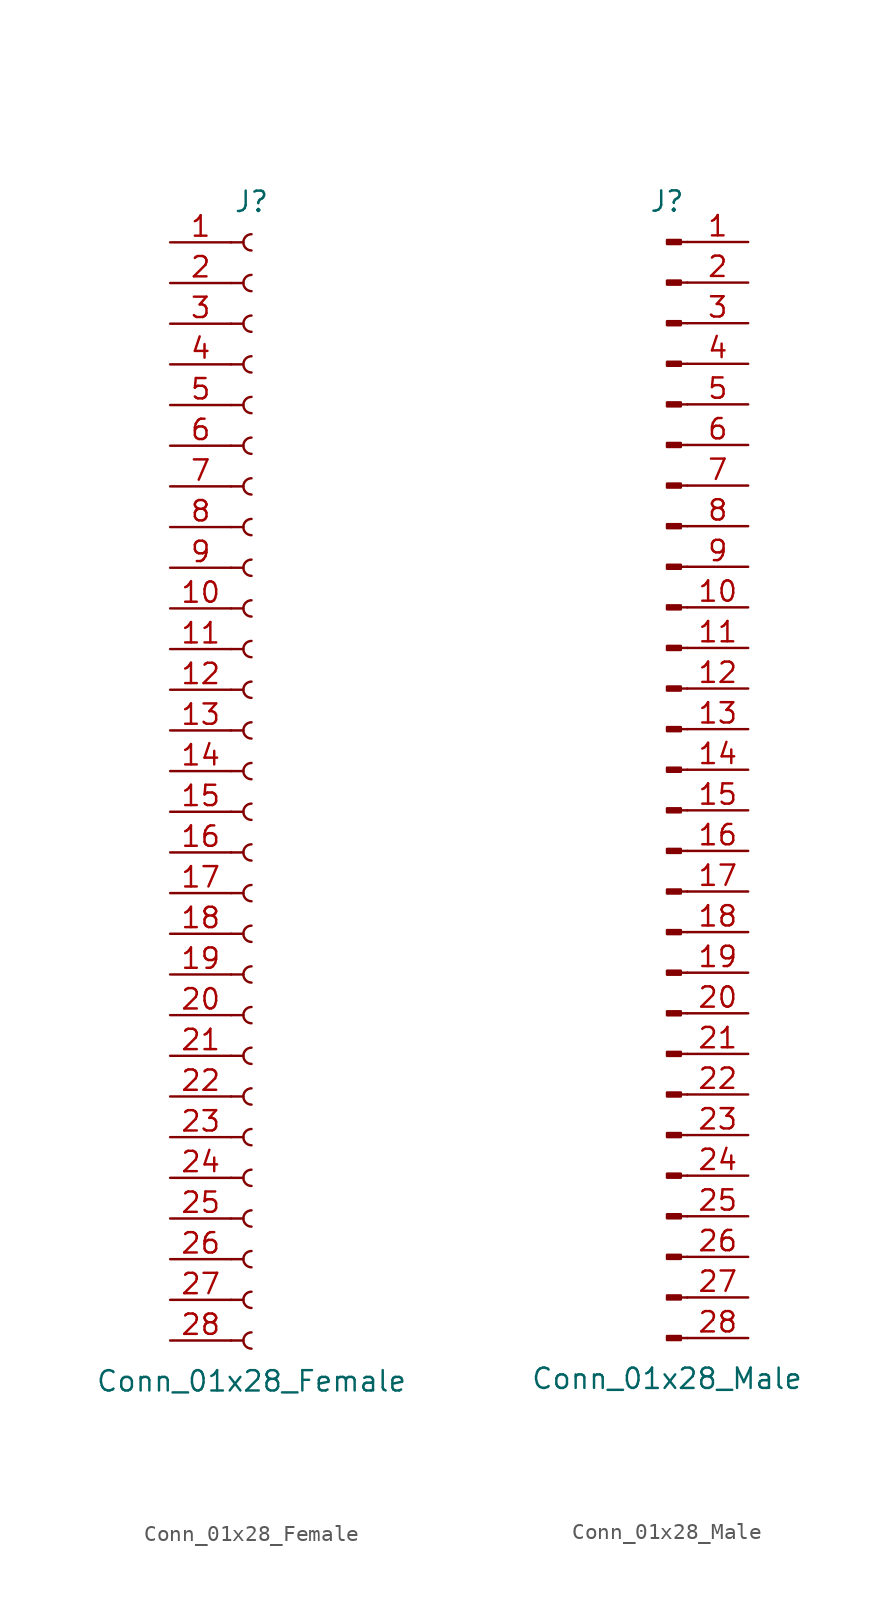
<source format=kicad_sym>
(kicad_symbol_lib
  (version 20201005)
  (generator kicad_symbol_editor)
  (symbol "Connector:Conn_01x28_Female"
    (pin_names
      (offset 1.016) hide)
    (property "Reference" "J"
      (at 0 35.56 0)
      (effects (font (size 1.27 1.27))))
    (property "Value" "Conn_01x28_Female"
      (at 0 -38.1 0)
      (effects (font (size 1.27 1.27))))
    (symbol "Conn_01x28_Female_1_1"
      (arc (start 0 -35.052) (end 0 -36.068) (radius (at 0 -35.56) (length 0.508) (angles 90.1 -90.1)) (stroke (width 0.1524)) (fill (type none)))
      (arc (start 0 -32.512) (end 0 -33.528) (radius (at 0 -33.02) (length 0.508) (angles 90.1 -90.1)) (stroke (width 0.1524)) (fill (type none)))
      (arc (start 0 -29.972) (end 0 -30.988) (radius (at 0 -30.48) (length 0.508) (angles 90.1 -90.1)) (stroke (width 0.1524)) (fill (type none)))
      (arc (start 0 -27.432) (end 0 -28.448) (radius (at 0 -27.94) (length 0.508) (angles 90.1 -90.1)) (stroke (width 0.1524)) (fill (type none)))
      (arc (start 0 -24.892) (end 0 -25.908) (radius (at 0 -25.4) (length 0.508) (angles 90.1 -90.1)) (stroke (width 0.1524)) (fill (type none)))
      (arc (start 0 -22.352) (end 0 -23.368) (radius (at 0 -22.86) (length 0.508) (angles 90.1 -90.1)) (stroke (width 0.1524)) (fill (type none)))
      (arc (start 0 -19.812) (end 0 -20.828) (radius (at 0 -20.32) (length 0.508) (angles 90.1 -90.1)) (stroke (width 0.1524)) (fill (type none)))
      (arc (start 0 -17.272) (end 0 -18.288) (radius (at 0 -17.78) (length 0.508) (angles 90.1 -90.1)) (stroke (width 0.1524)) (fill (type none)))
      (arc (start 0 -14.732) (end 0 -15.748) (radius (at 0 -15.24) (length 0.508) (angles 90.1 -90.1)) (stroke (width 0.1524)) (fill (type none)))
      (arc (start 0 -12.192) (end 0 -13.208) (radius (at 0 -12.7) (length 0.508) (angles 90.1 -90.1)) (stroke (width 0.1524)) (fill (type none)))
      (arc (start 0 -9.652) (end 0 -10.668) (radius (at 0 -10.16) (length 0.508) (angles 90.1 -90.1)) (stroke (width 0.1524)) (fill (type none)))
      (arc (start 0 -7.112) (end 0 -8.128) (radius (at 0 -7.62) (length 0.508) (angles 90.1 -90.1)) (stroke (width 0.1524)) (fill (type none)))
      (arc (start 0 -4.572) (end 0 -5.588) (radius (at 0 -5.08) (length 0.508) (angles 90.1 -90.1)) (stroke (width 0.1524)) (fill (type none)))
      (arc (start 0 -2.032) (end 0 -3.048) (radius (at 0 -2.54) (length 0.508) (angles 90.1 -90.1)) (stroke (width 0.1524)) (fill (type none)))
      (arc (start 0 0.508) (end 0 -0.508) (radius (at 0 0) (length 0.508) (angles 90.1 -90.1)) (stroke (width 0.1524)) (fill (type none)))
      (arc (start 0 3.048) (end 0 2.032) (radius (at 0 2.54) (length 0.508) (angles 90.1 -90.1)) (stroke (width 0.1524)) (fill (type none)))
      (arc (start 0 5.588) (end 0 4.572) (radius (at 0 5.08) (length 0.508) (angles 90.1 -90.1)) (stroke (width 0.1524)) (fill (type none)))
      (arc (start 0 8.128) (end 0 7.112) (radius (at 0 7.62) (length 0.508) (angles 90.1 -90.1)) (stroke (width 0.1524)) (fill (type none)))
      (arc (start 0 10.668) (end 0 9.652) (radius (at 0 10.16) (length 0.508) (angles 90.1 -90.1)) (stroke (width 0.1524)) (fill (type none)))
      (arc (start 0 13.208) (end 0 12.192) (radius (at 0 12.7) (length 0.508) (angles 90.1 -90.1)) (stroke (width 0.1524)) (fill (type none)))
      (arc (start 0 15.748) (end 0 14.732) (radius (at 0 15.24) (length 0.508) (angles 90.1 -90.1)) (stroke (width 0.1524)) (fill (type none)))
      (arc (start 0 18.288) (end 0 17.272) (radius (at 0 17.78) (length 0.508) (angles 90.1 -90.1)) (stroke (width 0.1524)) (fill (type none)))
      (arc (start 0 20.828) (end 0 19.812) (radius (at 0 20.32) (length 0.508) (angles 90.1 -90.1)) (stroke (width 0.1524)) (fill (type none)))
      (arc (start 0 23.368) (end 0 22.352) (radius (at 0 22.86) (length 0.508) (angles 90.1 -90.1)) (stroke (width 0.1524)) (fill (type none)))
      (arc (start 0 25.908) (end 0 24.892) (radius (at 0 25.4) (length 0.508) (angles 90.1 -90.1)) (stroke (width 0.1524)) (fill (type none)))
      (arc (start 0 28.448) (end 0 27.432) (radius (at 0 27.94) (length 0.508) (angles 90.1 -90.1)) (stroke (width 0.1524)) (fill (type none)))
      (arc (start 0 30.988) (end 0 29.972) (radius (at 0 30.48) (length 0.508) (angles 90.1 -90.1)) (stroke (width 0.1524)) (fill (type none)))
      (arc (start 0 33.528) (end 0 32.512) (radius (at 0 33.02) (length 0.508) (angles 90.1 -90.1)) (stroke (width 0.1524)) (fill (type none)))
      (polyline (pts (xy -1.27 -35.56) (xy -0.508 -35.56)) (stroke (width 0.152)) (fill (type none)))
      (polyline (pts (xy -1.27 -33.02) (xy -0.508 -33.02)) (stroke (width 0.152)) (fill (type none)))
      (polyline (pts (xy -1.27 -30.48) (xy -0.508 -30.48)) (stroke (width 0.152)) (fill (type none)))
      (polyline (pts (xy -1.27 -27.94) (xy -0.508 -27.94)) (stroke (width 0.152)) (fill (type none)))
      (polyline (pts (xy -1.27 -25.4) (xy -0.508 -25.4)) (stroke (width 0.152)) (fill (type none)))
      (polyline (pts (xy -1.27 -22.86) (xy -0.508 -22.86)) (stroke (width 0.152)) (fill (type none)))
      (polyline (pts (xy -1.27 -20.32) (xy -0.508 -20.32)) (stroke (width 0.152)) (fill (type none)))
      (polyline (pts (xy -1.27 -17.78) (xy -0.508 -17.78)) (stroke (width 0.152)) (fill (type none)))
      (polyline (pts (xy -1.27 -15.24) (xy -0.508 -15.24)) (stroke (width 0.152)) (fill (type none)))
      (polyline (pts (xy -1.27 -12.7) (xy -0.508 -12.7)) (stroke (width 0.152)) (fill (type none)))
      (polyline (pts (xy -1.27 -10.16) (xy -0.508 -10.16)) (stroke (width 0.152)) (fill (type none)))
      (polyline (pts (xy -1.27 -7.62) (xy -0.508 -7.62)) (stroke (width 0.152)) (fill (type none)))
      (polyline (pts (xy -1.27 -5.08) (xy -0.508 -5.08)) (stroke (width 0.152)) (fill (type none)))
      (polyline (pts (xy -1.27 -2.54) (xy -0.508 -2.54)) (stroke (width 0.152)) (fill (type none)))
      (polyline (pts (xy -1.27 0) (xy -0.508 0)) (stroke (width 0.152)) (fill (type none)))
      (polyline (pts (xy -1.27 2.54) (xy -0.508 2.54)) (stroke (width 0.152)) (fill (type none)))
      (polyline (pts (xy -1.27 5.08) (xy -0.508 5.08)) (stroke (width 0.152)) (fill (type none)))
      (polyline (pts (xy -1.27 7.62) (xy -0.508 7.62)) (stroke (width 0.152)) (fill (type none)))
      (polyline (pts (xy -1.27 10.16) (xy -0.508 10.16)) (stroke (width 0.152)) (fill (type none)))
      (polyline (pts (xy -1.27 12.7) (xy -0.508 12.7)) (stroke (width 0.152)) (fill (type none)))
      (polyline (pts (xy -1.27 15.24) (xy -0.508 15.24)) (stroke (width 0.152)) (fill (type none)))
      (polyline (pts (xy -1.27 17.78) (xy -0.508 17.78)) (stroke (width 0.152)) (fill (type none)))
      (polyline (pts (xy -1.27 20.32) (xy -0.508 20.32)) (stroke (width 0.152)) (fill (type none)))
      (polyline (pts (xy -1.27 22.86) (xy -0.508 22.86)) (stroke (width 0.152)) (fill (type none)))
      (polyline (pts (xy -1.27 25.4) (xy -0.508 25.4)) (stroke (width 0.152)) (fill (type none)))
      (polyline (pts (xy -1.27 27.94) (xy -0.508 27.94)) (stroke (width 0.152)) (fill (type none)))
      (polyline (pts (xy -1.27 30.48) (xy -0.508 30.48)) (stroke (width 0.152)) (fill (type none)))
      (polyline (pts (xy -1.27 33.02) (xy -0.508 33.02)) (stroke (width 0.152)) (fill (type none)))
      (pin passive line (at -5.08 33.02 0) (length 3.81) (name "Pin_1" (effects (font (size 1.27 1.27)))) (number "1" (effects (font (size 1.27 1.27)))))
      (pin passive line (at -5.08 10.16 0) (length 3.81) (name "Pin_10" (effects (font (size 1.27 1.27)))) (number "10" (effects (font (size 1.27 1.27)))))
      (pin passive line (at -5.08 7.62 0) (length 3.81) (name "Pin_11" (effects (font (size 1.27 1.27)))) (number "11" (effects (font (size 1.27 1.27)))))
      (pin passive line (at -5.08 5.08 0) (length 3.81) (name "Pin_12" (effects (font (size 1.27 1.27)))) (number "12" (effects (font (size 1.27 1.27)))))
      (pin passive line (at -5.08 2.54 0) (length 3.81) (name "Pin_13" (effects (font (size 1.27 1.27)))) (number "13" (effects (font (size 1.27 1.27)))))
      (pin passive line (at -5.08 0 0) (length 3.81) (name "Pin_14" (effects (font (size 1.27 1.27)))) (number "14" (effects (font (size 1.27 1.27)))))
      (pin passive line (at -5.08 -2.54 0) (length 3.81) (name "Pin_15" (effects (font (size 1.27 1.27)))) (number "15" (effects (font (size 1.27 1.27)))))
      (pin passive line (at -5.08 -5.08 0) (length 3.81) (name "Pin_16" (effects (font (size 1.27 1.27)))) (number "16" (effects (font (size 1.27 1.27)))))
      (pin passive line (at -5.08 -7.62 0) (length 3.81) (name "Pin_17" (effects (font (size 1.27 1.27)))) (number "17" (effects (font (size 1.27 1.27)))))
      (pin passive line (at -5.08 -10.16 0) (length 3.81) (name "Pin_18" (effects (font (size 1.27 1.27)))) (number "18" (effects (font (size 1.27 1.27)))))
      (pin passive line (at -5.08 -12.7 0) (length 3.81) (name "Pin_19" (effects (font (size 1.27 1.27)))) (number "19" (effects (font (size 1.27 1.27)))))
      (pin passive line (at -5.08 30.48 0) (length 3.81) (name "Pin_2" (effects (font (size 1.27 1.27)))) (number "2" (effects (font (size 1.27 1.27)))))
      (pin passive line (at -5.08 -15.24 0) (length 3.81) (name "Pin_20" (effects (font (size 1.27 1.27)))) (number "20" (effects (font (size 1.27 1.27)))))
      (pin passive line (at -5.08 -17.78 0) (length 3.81) (name "Pin_21" (effects (font (size 1.27 1.27)))) (number "21" (effects (font (size 1.27 1.27)))))
      (pin passive line (at -5.08 -20.32 0) (length 3.81) (name "Pin_22" (effects (font (size 1.27 1.27)))) (number "22" (effects (font (size 1.27 1.27)))))
      (pin passive line (at -5.08 -22.86 0) (length 3.81) (name "Pin_23" (effects (font (size 1.27 1.27)))) (number "23" (effects (font (size 1.27 1.27)))))
      (pin passive line (at -5.08 -25.4 0) (length 3.81) (name "Pin_24" (effects (font (size 1.27 1.27)))) (number "24" (effects (font (size 1.27 1.27)))))
      (pin passive line (at -5.08 -27.94 0) (length 3.81) (name "Pin_25" (effects (font (size 1.27 1.27)))) (number "25" (effects (font (size 1.27 1.27)))))
      (pin passive line (at -5.08 -30.48 0) (length 3.81) (name "Pin_26" (effects (font (size 1.27 1.27)))) (number "26" (effects (font (size 1.27 1.27)))))
      (pin passive line (at -5.08 -33.02 0) (length 3.81) (name "Pin_27" (effects (font (size 1.27 1.27)))) (number "27" (effects (font (size 1.27 1.27)))))
      (pin passive line (at -5.08 -35.56 0) (length 3.81) (name "Pin_28" (effects (font (size 1.27 1.27)))) (number "28" (effects (font (size 1.27 1.27)))))
      (pin passive line (at -5.08 27.94 0) (length 3.81) (name "Pin_3" (effects (font (size 1.27 1.27)))) (number "3" (effects (font (size 1.27 1.27)))))
      (pin passive line (at -5.08 25.4 0) (length 3.81) (name "Pin_4" (effects (font (size 1.27 1.27)))) (number "4" (effects (font (size 1.27 1.27)))))
      (pin passive line (at -5.08 22.86 0) (length 3.81) (name "Pin_5" (effects (font (size 1.27 1.27)))) (number "5" (effects (font (size 1.27 1.27)))))
      (pin passive line (at -5.08 20.32 0) (length 3.81) (name "Pin_6" (effects (font (size 1.27 1.27)))) (number "6" (effects (font (size 1.27 1.27)))))
      (pin passive line (at -5.08 17.78 0) (length 3.81) (name "Pin_7" (effects (font (size 1.27 1.27)))) (number "7" (effects (font (size 1.27 1.27)))))
      (pin passive line (at -5.08 15.24 0) (length 3.81) (name "Pin_8" (effects (font (size 1.27 1.27)))) (number "8" (effects (font (size 1.27 1.27)))))
      (pin passive line (at -5.08 12.7 0) (length 3.81) (name "Pin_9" (effects (font (size 1.27 1.27)))) (number "9" (effects (font (size 1.27 1.27)))))))
  (symbol "Connector:Conn_01x28_Male"
    (pin_names
      (offset 1.016) hide)
    (property "Reference" "J"
      (at 0 35.56 0)
      (effects (font (size 1.27 1.27))))
    (property "Value" "Conn_01x28_Male"
      (at 0 -38.1 0)
      (effects (font (size 1.27 1.27))))
    (symbol "Conn_01x28_Male_1_1"
      (rectangle (start 0.864 -35.433) (end 0 -35.687) (stroke (width 0.152)) (fill (type outline)))
      (rectangle (start 0.864 -32.893) (end 0 -33.147) (stroke (width 0.152)) (fill (type outline)))
      (rectangle (start 0.864 -30.353) (end 0 -30.607) (stroke (width 0.152)) (fill (type outline)))
      (rectangle (start 0.864 -27.813) (end 0 -28.067) (stroke (width 0.152)) (fill (type outline)))
      (rectangle (start 0.864 -25.273) (end 0 -25.527) (stroke (width 0.152)) (fill (type outline)))
      (rectangle (start 0.864 -22.733) (end 0 -22.987) (stroke (width 0.152)) (fill (type outline)))
      (rectangle (start 0.864 -20.193) (end 0 -20.447) (stroke (width 0.152)) (fill (type outline)))
      (rectangle (start 0.864 -17.653) (end 0 -17.907) (stroke (width 0.152)) (fill (type outline)))
      (rectangle (start 0.864 -15.113) (end 0 -15.367) (stroke (width 0.152)) (fill (type outline)))
      (rectangle (start 0.864 -12.573) (end 0 -12.827) (stroke (width 0.152)) (fill (type outline)))
      (rectangle (start 0.864 -10.033) (end 0 -10.287) (stroke (width 0.152)) (fill (type outline)))
      (rectangle (start 0.864 -7.493) (end 0 -7.747) (stroke (width 0.152)) (fill (type outline)))
      (rectangle (start 0.864 -4.953) (end 0 -5.207) (stroke (width 0.152)) (fill (type outline)))
      (rectangle (start 0.864 -2.413) (end 0 -2.667) (stroke (width 0.152)) (fill (type outline)))
      (rectangle (start 0.864 0.127) (end 0 -0.127) (stroke (width 0.152)) (fill (type outline)))
      (rectangle (start 0.864 2.667) (end 0 2.413) (stroke (width 0.152)) (fill (type outline)))
      (rectangle (start 0.864 5.207) (end 0 4.953) (stroke (width 0.152)) (fill (type outline)))
      (rectangle (start 0.864 7.747) (end 0 7.493) (stroke (width 0.152)) (fill (type outline)))
      (rectangle (start 0.864 10.287) (end 0 10.033) (stroke (width 0.152)) (fill (type outline)))
      (rectangle (start 0.864 12.827) (end 0 12.573) (stroke (width 0.152)) (fill (type outline)))
      (rectangle (start 0.864 15.367) (end 0 15.113) (stroke (width 0.152)) (fill (type outline)))
      (rectangle (start 0.864 17.907) (end 0 17.653) (stroke (width 0.152)) (fill (type outline)))
      (rectangle (start 0.864 20.447) (end 0 20.193) (stroke (width 0.152)) (fill (type outline)))
      (rectangle (start 0.864 22.987) (end 0 22.733) (stroke (width 0.152)) (fill (type outline)))
      (rectangle (start 0.864 25.527) (end 0 25.273) (stroke (width 0.152)) (fill (type outline)))
      (rectangle (start 0.864 28.067) (end 0 27.813) (stroke (width 0.152)) (fill (type outline)))
      (rectangle (start 0.864 30.607) (end 0 30.353) (stroke (width 0.152)) (fill (type outline)))
      (rectangle (start 0.864 33.147) (end 0 32.893) (stroke (width 0.152)) (fill (type outline)))
      (polyline (pts (xy 1.27 -35.56) (xy 0.864 -35.56)) (stroke (width 0.152)) (fill (type none)))
      (polyline (pts (xy 1.27 -33.02) (xy 0.864 -33.02)) (stroke (width 0.152)) (fill (type none)))
      (polyline (pts (xy 1.27 -30.48) (xy 0.864 -30.48)) (stroke (width 0.152)) (fill (type none)))
      (polyline (pts (xy 1.27 -27.94) (xy 0.864 -27.94)) (stroke (width 0.152)) (fill (type none)))
      (polyline (pts (xy 1.27 -25.4) (xy 0.864 -25.4)) (stroke (width 0.152)) (fill (type none)))
      (polyline (pts (xy 1.27 -22.86) (xy 0.864 -22.86)) (stroke (width 0.152)) (fill (type none)))
      (polyline (pts (xy 1.27 -20.32) (xy 0.864 -20.32)) (stroke (width 0.152)) (fill (type none)))
      (polyline (pts (xy 1.27 -17.78) (xy 0.864 -17.78)) (stroke (width 0.152)) (fill (type none)))
      (polyline (pts (xy 1.27 -15.24) (xy 0.864 -15.24)) (stroke (width 0.152)) (fill (type none)))
      (polyline (pts (xy 1.27 -12.7) (xy 0.864 -12.7)) (stroke (width 0.152)) (fill (type none)))
      (polyline (pts (xy 1.27 -10.16) (xy 0.864 -10.16)) (stroke (width 0.152)) (fill (type none)))
      (polyline (pts (xy 1.27 -7.62) (xy 0.864 -7.62)) (stroke (width 0.152)) (fill (type none)))
      (polyline (pts (xy 1.27 -5.08) (xy 0.864 -5.08)) (stroke (width 0.152)) (fill (type none)))
      (polyline (pts (xy 1.27 -2.54) (xy 0.864 -2.54)) (stroke (width 0.152)) (fill (type none)))
      (polyline (pts (xy 1.27 0) (xy 0.864 0)) (stroke (width 0.152)) (fill (type none)))
      (polyline (pts (xy 1.27 2.54) (xy 0.864 2.54)) (stroke (width 0.152)) (fill (type none)))
      (polyline (pts (xy 1.27 5.08) (xy 0.864 5.08)) (stroke (width 0.152)) (fill (type none)))
      (polyline (pts (xy 1.27 7.62) (xy 0.864 7.62)) (stroke (width 0.152)) (fill (type none)))
      (polyline (pts (xy 1.27 10.16) (xy 0.864 10.16)) (stroke (width 0.152)) (fill (type none)))
      (polyline (pts (xy 1.27 12.7) (xy 0.864 12.7)) (stroke (width 0.152)) (fill (type none)))
      (polyline (pts (xy 1.27 15.24) (xy 0.864 15.24)) (stroke (width 0.152)) (fill (type none)))
      (polyline (pts (xy 1.27 17.78) (xy 0.864 17.78)) (stroke (width 0.152)) (fill (type none)))
      (polyline (pts (xy 1.27 20.32) (xy 0.864 20.32)) (stroke (width 0.152)) (fill (type none)))
      (polyline (pts (xy 1.27 22.86) (xy 0.864 22.86)) (stroke (width 0.152)) (fill (type none)))
      (polyline (pts (xy 1.27 25.4) (xy 0.864 25.4)) (stroke (width 0.152)) (fill (type none)))
      (polyline (pts (xy 1.27 27.94) (xy 0.864 27.94)) (stroke (width 0.152)) (fill (type none)))
      (polyline (pts (xy 1.27 30.48) (xy 0.864 30.48)) (stroke (width 0.152)) (fill (type none)))
      (polyline (pts (xy 1.27 33.02) (xy 0.864 33.02)) (stroke (width 0.152)) (fill (type none)))
      (pin passive line (at 5.08 33.02 180) (length 3.81) (name "Pin_1" (effects (font (size 1.27 1.27)))) (number "1" (effects (font (size 1.27 1.27)))))
      (pin passive line (at 5.08 10.16 180) (length 3.81) (name "Pin_10" (effects (font (size 1.27 1.27)))) (number "10" (effects (font (size 1.27 1.27)))))
      (pin passive line (at 5.08 7.62 180) (length 3.81) (name "Pin_11" (effects (font (size 1.27 1.27)))) (number "11" (effects (font (size 1.27 1.27)))))
      (pin passive line (at 5.08 5.08 180) (length 3.81) (name "Pin_12" (effects (font (size 1.27 1.27)))) (number "12" (effects (font (size 1.27 1.27)))))
      (pin passive line (at 5.08 2.54 180) (length 3.81) (name "Pin_13" (effects (font (size 1.27 1.27)))) (number "13" (effects (font (size 1.27 1.27)))))
      (pin passive line (at 5.08 0 180) (length 3.81) (name "Pin_14" (effects (font (size 1.27 1.27)))) (number "14" (effects (font (size 1.27 1.27)))))
      (pin passive line (at 5.08 -2.54 180) (length 3.81) (name "Pin_15" (effects (font (size 1.27 1.27)))) (number "15" (effects (font (size 1.27 1.27)))))
      (pin passive line (at 5.08 -5.08 180) (length 3.81) (name "Pin_16" (effects (font (size 1.27 1.27)))) (number "16" (effects (font (size 1.27 1.27)))))
      (pin passive line (at 5.08 -7.62 180) (length 3.81) (name "Pin_17" (effects (font (size 1.27 1.27)))) (number "17" (effects (font (size 1.27 1.27)))))
      (pin passive line (at 5.08 -10.16 180) (length 3.81) (name "Pin_18" (effects (font (size 1.27 1.27)))) (number "18" (effects (font (size 1.27 1.27)))))
      (pin passive line (at 5.08 -12.7 180) (length 3.81) (name "Pin_19" (effects (font (size 1.27 1.27)))) (number "19" (effects (font (size 1.27 1.27)))))
      (pin passive line (at 5.08 30.48 180) (length 3.81) (name "Pin_2" (effects (font (size 1.27 1.27)))) (number "2" (effects (font (size 1.27 1.27)))))
      (pin passive line (at 5.08 -15.24 180) (length 3.81) (name "Pin_20" (effects (font (size 1.27 1.27)))) (number "20" (effects (font (size 1.27 1.27)))))
      (pin passive line (at 5.08 -17.78 180) (length 3.81) (name "Pin_21" (effects (font (size 1.27 1.27)))) (number "21" (effects (font (size 1.27 1.27)))))
      (pin passive line (at 5.08 -20.32 180) (length 3.81) (name "Pin_22" (effects (font (size 1.27 1.27)))) (number "22" (effects (font (size 1.27 1.27)))))
      (pin passive line (at 5.08 -22.86 180) (length 3.81) (name "Pin_23" (effects (font (size 1.27 1.27)))) (number "23" (effects (font (size 1.27 1.27)))))
      (pin passive line (at 5.08 -25.4 180) (length 3.81) (name "Pin_24" (effects (font (size 1.27 1.27)))) (number "24" (effects (font (size 1.27 1.27)))))
      (pin passive line (at 5.08 -27.94 180) (length 3.81) (name "Pin_25" (effects (font (size 1.27 1.27)))) (number "25" (effects (font (size 1.27 1.27)))))
      (pin passive line (at 5.08 -30.48 180) (length 3.81) (name "Pin_26" (effects (font (size 1.27 1.27)))) (number "26" (effects (font (size 1.27 1.27)))))
      (pin passive line (at 5.08 -33.02 180) (length 3.81) (name "Pin_27" (effects (font (size 1.27 1.27)))) (number "27" (effects (font (size 1.27 1.27)))))
      (pin passive line (at 5.08 -35.56 180) (length 3.81) (name "Pin_28" (effects (font (size 1.27 1.27)))) (number "28" (effects (font (size 1.27 1.27)))))
      (pin passive line (at 5.08 27.94 180) (length 3.81) (name "Pin_3" (effects (font (size 1.27 1.27)))) (number "3" (effects (font (size 1.27 1.27)))))
      (pin passive line (at 5.08 25.4 180) (length 3.81) (name "Pin_4" (effects (font (size 1.27 1.27)))) (number "4" (effects (font (size 1.27 1.27)))))
      (pin passive line (at 5.08 22.86 180) (length 3.81) (name "Pin_5" (effects (font (size 1.27 1.27)))) (number "5" (effects (font (size 1.27 1.27)))))
      (pin passive line (at 5.08 20.32 180) (length 3.81) (name "Pin_6" (effects (font (size 1.27 1.27)))) (number "6" (effects (font (size 1.27 1.27)))))
      (pin passive line (at 5.08 17.78 180) (length 3.81) (name "Pin_7" (effects (font (size 1.27 1.27)))) (number "7" (effects (font (size 1.27 1.27)))))
      (pin passive line (at 5.08 15.24 180) (length 3.81) (name "Pin_8" (effects (font (size 1.27 1.27)))) (number "8" (effects (font (size 1.27 1.27)))))
      (pin passive line (at 5.08 12.7 180) (length 3.81) (name "Pin_9" (effects (font (size 1.27 1.27)))) (number "9" (effects (font (size 1.27 1.27))))))))
</source>
